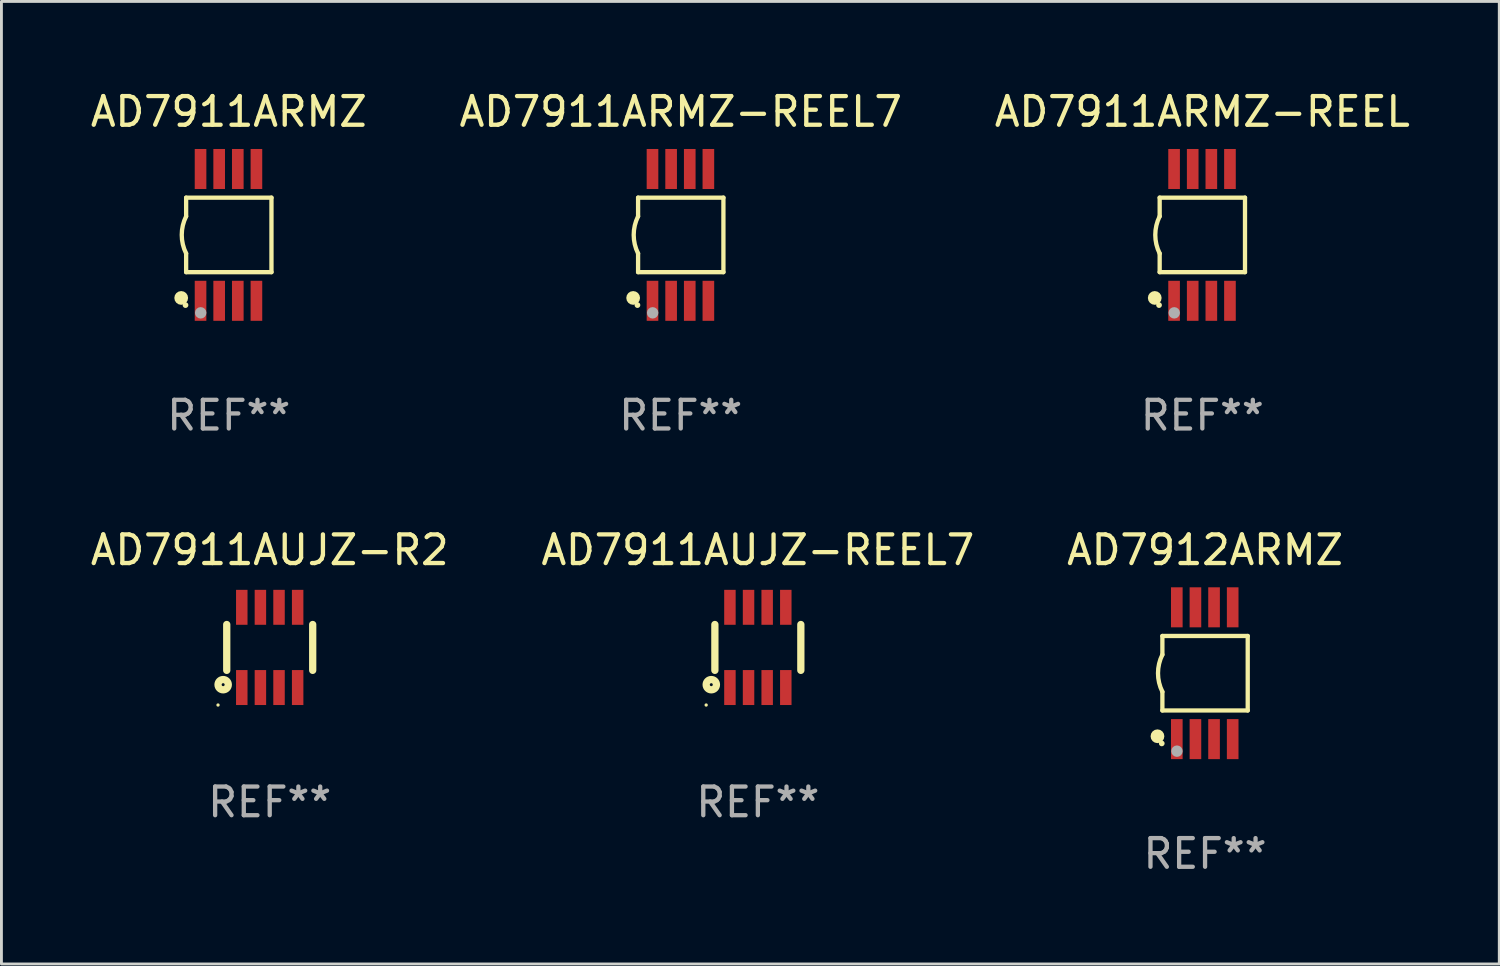
<source format=kicad_pcb>
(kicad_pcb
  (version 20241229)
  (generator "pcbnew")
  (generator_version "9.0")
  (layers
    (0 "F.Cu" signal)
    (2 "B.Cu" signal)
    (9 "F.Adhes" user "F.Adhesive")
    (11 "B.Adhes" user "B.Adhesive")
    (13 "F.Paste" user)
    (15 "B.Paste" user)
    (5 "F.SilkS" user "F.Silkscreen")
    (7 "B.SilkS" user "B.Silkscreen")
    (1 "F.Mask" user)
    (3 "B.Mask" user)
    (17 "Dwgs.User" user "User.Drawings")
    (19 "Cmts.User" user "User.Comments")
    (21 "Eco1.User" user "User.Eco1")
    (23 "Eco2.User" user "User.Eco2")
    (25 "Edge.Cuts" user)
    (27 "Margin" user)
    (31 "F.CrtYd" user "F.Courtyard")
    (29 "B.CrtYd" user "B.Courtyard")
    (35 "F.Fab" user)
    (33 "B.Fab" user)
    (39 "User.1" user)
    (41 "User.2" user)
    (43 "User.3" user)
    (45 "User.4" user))
  (footprint "AD7911ARMZ-REEL7"
    (layer "F.Cu")
    (at 20.708 5.148)
    (property "Reference" "AD7911ARMZ-REEL7" (at 0 -4.3 0) (layer "F.SilkS") (effects (font (size 1 1) (thickness 0.15))))
    (attr through_hole)
    (fp_line (start -1.489 -1.3) (end -1.489 -0.648) (stroke (width 0.15) (type solid)) (layer "F.SilkS"))
    (fp_line (start -1.489 0.648) (end -1.489 1.3) (stroke (width 0.15) (type solid)) (layer "F.SilkS"))
    (fp_line (start -1.489 1.3) (end 1.489 1.3) (stroke (width 0.15) (type solid)) (layer "F.SilkS"))
    (fp_line (start 1.489 -1.3) (end -1.489 -1.3) (stroke (width 0.15) (type solid)) (layer "F.SilkS"))
    (fp_line (start 1.489 1.3) (end 1.489 -1.3) (stroke (width 0.15) (type solid)) (layer "F.SilkS"))
    (fp_arc (start -1.489205 0.647702) (mid -1.642107 0) (end -1.489205 -0.647701) (stroke (width 0.150013) (type solid)) (layer "F.SilkS"))
    (fp_circle (center -1.661 2.2) (end -1.541 2.2) (stroke (width 0.24) (type solid)) (fill no) (layer "F.SilkS"))
    (fp_circle (center -1.511 2.45) (end -1.461 2.45) (stroke (width 0.1) (type solid)) (fill no) (layer "F.SilkS"))
    (fp_circle (center -0.981 2.72) (end -0.881 2.72) (stroke (width 0.2) (type solid)) (fill no) (layer "F.Fab"))
    (fp_text user "REF**" (at 0 6.3 0) (layer "F.Fab") (effects (font (size 1 1) (thickness 0.15))))
    (pad "1" smd rect (at -0.986 2.3) (size 0.406 1.397) (layers "F.Cu" "F.Mask" "F.Paste"))
    (pad "2" smd rect (at -0.336 2.3) (size 0.406 1.397) (layers "F.Cu" "F.Mask" "F.Paste"))
    (pad "3" smd rect (at 0.314 2.3) (size 0.406 1.397) (layers "F.Cu" "F.Mask" "F.Paste"))
    (pad "4" smd rect (at 0.964 2.3) (size 0.406 1.397) (layers "F.Cu" "F.Mask" "F.Paste"))
    (pad "5" smd rect (at 0.964 -2.3) (size 0.406 1.397) (layers "F.Cu" "F.Mask" "F.Paste"))
    (pad "6" smd rect (at 0.314 -2.3) (size 0.406 1.397) (layers "F.Cu" "F.Mask" "F.Paste"))
    (pad "7" smd rect (at -0.336 -2.3) (size 0.406 1.397) (layers "F.Cu" "F.Mask" "F.Paste"))
    (pad "8" smd rect (at -0.986 -2.3) (size 0.406 1.397) (layers "F.Cu" "F.Mask" "F.Paste")))
  (footprint "AD7912ARMZ"
    (layer "F.Cu")
    (at 39.006 20.445)
    (property "Reference" "AD7912ARMZ" (at 0 -4.3 0) (layer "F.SilkS") (effects (font (size 1 1) (thickness 0.15))))
    (attr through_hole)
    (fp_line (start -1.489 -1.3) (end -1.489 -0.648) (stroke (width 0.15) (type solid)) (layer "F.SilkS"))
    (fp_line (start -1.489 0.648) (end -1.489 1.3) (stroke (width 0.15) (type solid)) (layer "F.SilkS"))
    (fp_line (start -1.489 1.3) (end 1.489 1.3) (stroke (width 0.15) (type solid)) (layer "F.SilkS"))
    (fp_line (start 1.489 -1.3) (end -1.489 -1.3) (stroke (width 0.15) (type solid)) (layer "F.SilkS"))
    (fp_line (start 1.489 1.3) (end 1.489 -1.3) (stroke (width 0.15) (type solid)) (layer "F.SilkS"))
    (fp_arc (start -1.489205 0.647702) (mid -1.642107 0) (end -1.489205 -0.647701) (stroke (width 0.150013) (type solid)) (layer "F.SilkS"))
    (fp_circle (center -1.661 2.2) (end -1.541 2.2) (stroke (width 0.24) (type solid)) (fill no) (layer "F.SilkS"))
    (fp_circle (center -1.511 2.45) (end -1.461 2.45) (stroke (width 0.1) (type solid)) (fill no) (layer "F.SilkS"))
    (fp_circle (center -0.981 2.72) (end -0.881 2.72) (stroke (width 0.2) (type solid)) (fill no) (layer "F.Fab"))
    (fp_text user "REF**" (at 0 6.3 0) (layer "F.Fab") (effects (font (size 1 1) (thickness 0.15))))
    (pad "1" smd rect (at -0.986 2.3) (size 0.406 1.397) (layers "F.Cu" "F.Mask" "F.Paste"))
    (pad "2" smd rect (at -0.336 2.3) (size 0.406 1.397) (layers "F.Cu" "F.Mask" "F.Paste"))
    (pad "3" smd rect (at 0.314 2.3) (size 0.406 1.397) (layers "F.Cu" "F.Mask" "F.Paste"))
    (pad "4" smd rect (at 0.964 2.3) (size 0.406 1.397) (layers "F.Cu" "F.Mask" "F.Paste"))
    (pad "5" smd rect (at 0.964 -2.3) (size 0.406 1.397) (layers "F.Cu" "F.Mask" "F.Paste"))
    (pad "6" smd rect (at 0.314 -2.3) (size 0.406 1.397) (layers "F.Cu" "F.Mask" "F.Paste"))
    (pad "7" smd rect (at -0.336 -2.3) (size 0.406 1.397) (layers "F.Cu" "F.Mask" "F.Paste"))
    (pad "8" smd rect (at -0.986 -2.3) (size 0.406 1.397) (layers "F.Cu" "F.Mask" "F.Paste")))
  (footprint "AD7911AUJZ-R2"
    (layer "F.Cu")
    (at 6.363 19.545)
    (property "Reference" "AD7911AUJZ-R2" (at 0 -3.4 0) (layer "F.SilkS") (effects (font (size 1 1) (thickness 0.15))))
    (attr through_hole)
    (fp_line (start -1.5 0.8) (end -1.5 -0.8) (stroke (width 0.254) (type solid)) (layer "F.SilkS"))
    (fp_line (start 1.5 -0.8) (end 1.5 0.8) (stroke (width 0.254) (type solid)) (layer "F.SilkS"))
    (fp_circle (center -1.804 2.01) (end -1.774 2.01) (stroke (width 0.06) (type solid)) (fill no) (layer "F.SilkS"))
    (fp_circle (center -1.625 1.3) (end -1.573 1.3) (stroke (width 0.254) (type solid)) (fill no) (layer "F.SilkS"))
    (fp_text user "REF**" (at 0 5.4 0) (layer "F.Fab") (effects (font (size 1 1) (thickness 0.15))))
    (pad "1" smd rect (at -0.975 1.4 180) (size 0.4 1.22) (layers "F.Cu" "F.Mask" "F.Paste"))
    (pad "2" smd rect (at -0.325 1.4 180) (size 0.4 1.22) (layers "F.Cu" "F.Mask" "F.Paste"))
    (pad "3" smd rect (at 0.325 1.4 180) (size 0.4 1.22) (layers "F.Cu" "F.Mask" "F.Paste"))
    (pad "4" smd rect (at 0.975 1.4 180) (size 0.4 1.22) (layers "F.Cu" "F.Mask" "F.Paste"))
    (pad "5" smd rect (at 0.975 -1.4 180) (size 0.4 1.22) (layers "F.Cu" "F.Mask" "F.Paste"))
    (pad "6" smd rect (at 0.325 -1.4 180) (size 0.4 1.22) (layers "F.Cu" "F.Mask" "F.Paste"))
    (pad "7" smd rect (at -0.325 -1.4 180) (size 0.4 1.22) (layers "F.Cu" "F.Mask" "F.Paste"))
    (pad "8" smd rect (at -0.975 -1.4 180) (size 0.4 1.22) (layers "F.Cu" "F.Mask" "F.Paste")))
  (footprint "AD7911AUJZ-REEL7"
    (layer "F.Cu")
    (at 23.399 19.545)
    (property "Reference" "AD7911AUJZ-REEL7" (at 0 -3.4 0) (layer "F.SilkS") (effects (font (size 1 1) (thickness 0.15))))
    (attr through_hole)
    (fp_line (start -1.5 0.8) (end -1.5 -0.8) (stroke (width 0.254) (type solid)) (layer "F.SilkS"))
    (fp_line (start 1.5 -0.8) (end 1.5 0.8) (stroke (width 0.254) (type solid)) (layer "F.SilkS"))
    (fp_circle (center -1.804 2.01) (end -1.774 2.01) (stroke (width 0.06) (type solid)) (fill no) (layer "F.SilkS"))
    (fp_circle (center -1.625 1.3) (end -1.573 1.3) (stroke (width 0.254) (type solid)) (fill no) (layer "F.SilkS"))
    (fp_text user "REF**" (at 0 5.4 0) (layer "F.Fab") (effects (font (size 1 1) (thickness 0.15))))
    (pad "1" smd rect (at -0.975 1.4 180) (size 0.4 1.22) (layers "F.Cu" "F.Mask" "F.Paste"))
    (pad "2" smd rect (at -0.325 1.4 180) (size 0.4 1.22) (layers "F.Cu" "F.Mask" "F.Paste"))
    (pad "3" smd rect (at 0.325 1.4 180) (size 0.4 1.22) (layers "F.Cu" "F.Mask" "F.Paste"))
    (pad "4" smd rect (at 0.975 1.4 180) (size 0.4 1.22) (layers "F.Cu" "F.Mask" "F.Paste"))
    (pad "5" smd rect (at 0.975 -1.4 180) (size 0.4 1.22) (layers "F.Cu" "F.Mask" "F.Paste"))
    (pad "6" smd rect (at 0.325 -1.4 180) (size 0.4 1.22) (layers "F.Cu" "F.Mask" "F.Paste"))
    (pad "7" smd rect (at -0.325 -1.4 180) (size 0.4 1.22) (layers "F.Cu" "F.Mask" "F.Paste"))
    (pad "8" smd rect (at -0.975 -1.4 180) (size 0.4 1.22) (layers "F.Cu" "F.Mask" "F.Paste")))
  (footprint "AD7911ARMZ-REEL"
    (layer "F.Cu")
    (at 38.911 5.148)
    (property "Reference" "AD7911ARMZ-REEL" (at 0 -4.3 0) (layer "F.SilkS") (effects (font (size 1 1) (thickness 0.15))))
    (attr through_hole)
    (fp_line (start -1.489 -1.3) (end -1.489 -0.648) (stroke (width 0.15) (type solid)) (layer "F.SilkS"))
    (fp_line (start -1.489 0.648) (end -1.489 1.3) (stroke (width 0.15) (type solid)) (layer "F.SilkS"))
    (fp_line (start -1.489 1.3) (end 1.489 1.3) (stroke (width 0.15) (type solid)) (layer "F.SilkS"))
    (fp_line (start 1.489 -1.3) (end -1.489 -1.3) (stroke (width 0.15) (type solid)) (layer "F.SilkS"))
    (fp_line (start 1.489 1.3) (end 1.489 -1.3) (stroke (width 0.15) (type solid)) (layer "F.SilkS"))
    (fp_arc (start -1.489205 0.647702) (mid -1.642107 0) (end -1.489205 -0.647701) (stroke (width 0.150013) (type solid)) (layer "F.SilkS"))
    (fp_circle (center -1.661 2.2) (end -1.541 2.2) (stroke (width 0.24) (type solid)) (fill no) (layer "F.SilkS"))
    (fp_circle (center -1.511 2.45) (end -1.461 2.45) (stroke (width 0.1) (type solid)) (fill no) (layer "F.SilkS"))
    (fp_circle (center -0.981 2.72) (end -0.881 2.72) (stroke (width 0.2) (type solid)) (fill no) (layer "F.Fab"))
    (fp_text user "REF**" (at 0 6.3 0) (layer "F.Fab") (effects (font (size 1 1) (thickness 0.15))))
    (pad "1" smd rect (at -0.986 2.3) (size 0.406 1.397) (layers "F.Cu" "F.Mask" "F.Paste"))
    (pad "2" smd rect (at -0.336 2.3) (size 0.406 1.397) (layers "F.Cu" "F.Mask" "F.Paste"))
    (pad "3" smd rect (at 0.314 2.3) (size 0.406 1.397) (layers "F.Cu" "F.Mask" "F.Paste"))
    (pad "4" smd rect (at 0.964 2.3) (size 0.406 1.397) (layers "F.Cu" "F.Mask" "F.Paste"))
    (pad "5" smd rect (at 0.964 -2.3) (size 0.406 1.397) (layers "F.Cu" "F.Mask" "F.Paste"))
    (pad "6" smd rect (at 0.314 -2.3) (size 0.406 1.397) (layers "F.Cu" "F.Mask" "F.Paste"))
    (pad "7" smd rect (at -0.336 -2.3) (size 0.406 1.397) (layers "F.Cu" "F.Mask" "F.Paste"))
    (pad "8" smd rect (at -0.986 -2.3) (size 0.406 1.397) (layers "F.Cu" "F.Mask" "F.Paste")))
  (footprint "AD7911ARMZ"
    (layer "F.Cu")
    (at 4.935 5.148)
    (property "Reference" "AD7911ARMZ" (at 0 -4.3 0) (layer "F.SilkS") (effects (font (size 1 1) (thickness 0.15))))
    (attr through_hole)
    (fp_line (start -1.489 -1.3) (end -1.489 -0.648) (stroke (width 0.15) (type solid)) (layer "F.SilkS"))
    (fp_line (start -1.489 0.648) (end -1.489 1.3) (stroke (width 0.15) (type solid)) (layer "F.SilkS"))
    (fp_line (start -1.489 1.3) (end 1.489 1.3) (stroke (width 0.15) (type solid)) (layer "F.SilkS"))
    (fp_line (start 1.489 -1.3) (end -1.489 -1.3) (stroke (width 0.15) (type solid)) (layer "F.SilkS"))
    (fp_line (start 1.489 1.3) (end 1.489 -1.3) (stroke (width 0.15) (type solid)) (layer "F.SilkS"))
    (fp_arc (start -1.489205 0.647702) (mid -1.642107 0) (end -1.489205 -0.647701) (stroke (width 0.150013) (type solid)) (layer "F.SilkS"))
    (fp_circle (center -1.661 2.2) (end -1.541 2.2) (stroke (width 0.24) (type solid)) (fill no) (layer "F.SilkS"))
    (fp_circle (center -1.511 2.45) (end -1.461 2.45) (stroke (width 0.1) (type solid)) (fill no) (layer "F.SilkS"))
    (fp_circle (center -0.981 2.72) (end -0.881 2.72) (stroke (width 0.2) (type solid)) (fill no) (layer "F.Fab"))
    (fp_text user "REF**" (at 0 6.3 0) (layer "F.Fab") (effects (font (size 1 1) (thickness 0.15))))
    (pad "1" smd rect (at -0.986 2.3) (size 0.406 1.397) (layers "F.Cu" "F.Mask" "F.Paste"))
    (pad "2" smd rect (at -0.336 2.3) (size 0.406 1.397) (layers "F.Cu" "F.Mask" "F.Paste"))
    (pad "3" smd rect (at 0.314 2.3) (size 0.406 1.397) (layers "F.Cu" "F.Mask" "F.Paste"))
    (pad "4" smd rect (at 0.964 2.3) (size 0.406 1.397) (layers "F.Cu" "F.Mask" "F.Paste"))
    (pad "5" smd rect (at 0.964 -2.3) (size 0.406 1.397) (layers "F.Cu" "F.Mask" "F.Paste"))
    (pad "6" smd rect (at 0.314 -2.3) (size 0.406 1.397) (layers "F.Cu" "F.Mask" "F.Paste"))
    (pad "7" smd rect (at -0.336 -2.3) (size 0.406 1.397) (layers "F.Cu" "F.Mask" "F.Paste"))
    (pad "8" smd rect (at -0.986 -2.3) (size 0.406 1.397) (layers "F.Cu" "F.Mask" "F.Paste")))
  (gr_rect
    (start -3 -3)
    (end 49.274 30.593)
    (stroke (width 0.1) (type default))
    (fill no)
    (layer "Edge.Cuts")))
</source>
